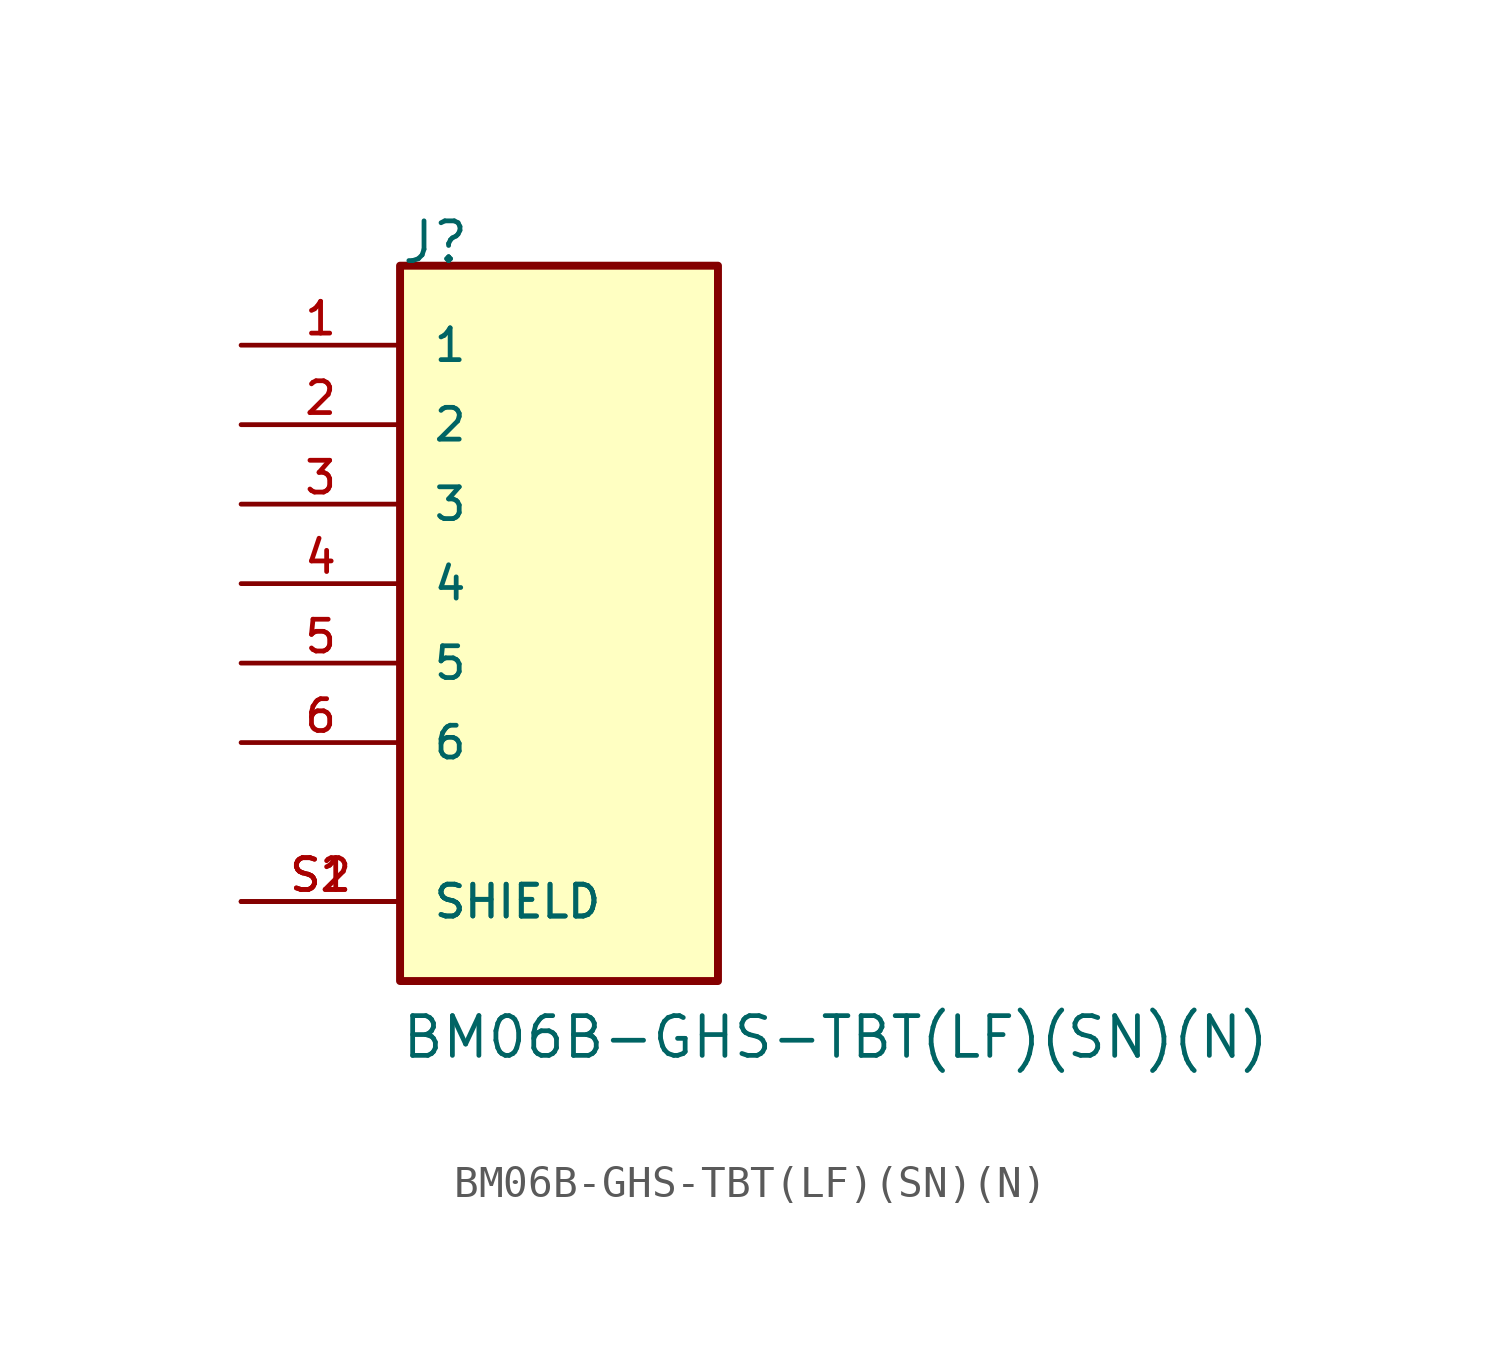
<source format=kicad_sym>
(kicad_symbol_lib
  (version 20211014)
  (generator kicad_symbol_editor)
  (symbol "BM06B-GHS-TBT(LF)(SN)(N)"
    (pin_names
      (offset 1.016))
    (property "Reference" "J"
      (at -5.08 10.16 0)
      (effects (font (size 1.27 1.27)) (justify bottom left)))
    (property "Value" "BM06B-GHS-TBT(LF)(SN)(N)"
      (at -5.08 -15.24 0)
      (effects (font (size 1.27 1.27)) (justify bottom left)))
    (symbol "BM06B-GHS-TBT(LF)(SN)(N)_0_0"
      (rectangle (start -5.08 -12.7) (end 5.08 10.16) (stroke (width 0.254)) (fill (type background)))
      (pin passive line (at -10.16 7.62 0) (length 5.08) (name "1" (effects (font (size 1.016 1.016)))) (number "1" (effects (font (size 1.016 1.016)))))
      (pin passive line (at -10.16 5.08 0) (length 5.08) (name "2" (effects (font (size 1.016 1.016)))) (number "2" (effects (font (size 1.016 1.016)))))
      (pin passive line (at -10.16 2.54 0) (length 5.08) (name "3" (effects (font (size 1.016 1.016)))) (number "3" (effects (font (size 1.016 1.016)))))
      (pin passive line (at -10.16 0.0 0) (length 5.08) (name "4" (effects (font (size 1.016 1.016)))) (number "4" (effects (font (size 1.016 1.016)))))
      (pin passive line (at -10.16 -10.16 0) (length 5.08) (name "SHIELD" (effects (font (size 1.016 1.016)))) (number "S1" (effects (font (size 1.016 1.016)))))
      (pin passive line (at -10.16 -10.16 0) (length 5.08) (name "SHIELD" (effects (font (size 1.016 1.016)))) (number "S2" (effects (font (size 1.016 1.016)))))
      (pin passive line (at -10.16 -2.54 0) (length 5.08) (name "5" (effects (font (size 1.016 1.016)))) (number "5" (effects (font (size 1.016 1.016)))))
      (pin passive line (at -10.16 -5.08 0) (length 5.08) (name "6" (effects (font (size 1.016 1.016)))) (number "6" (effects (font (size 1.016 1.016))))))))
</source>
